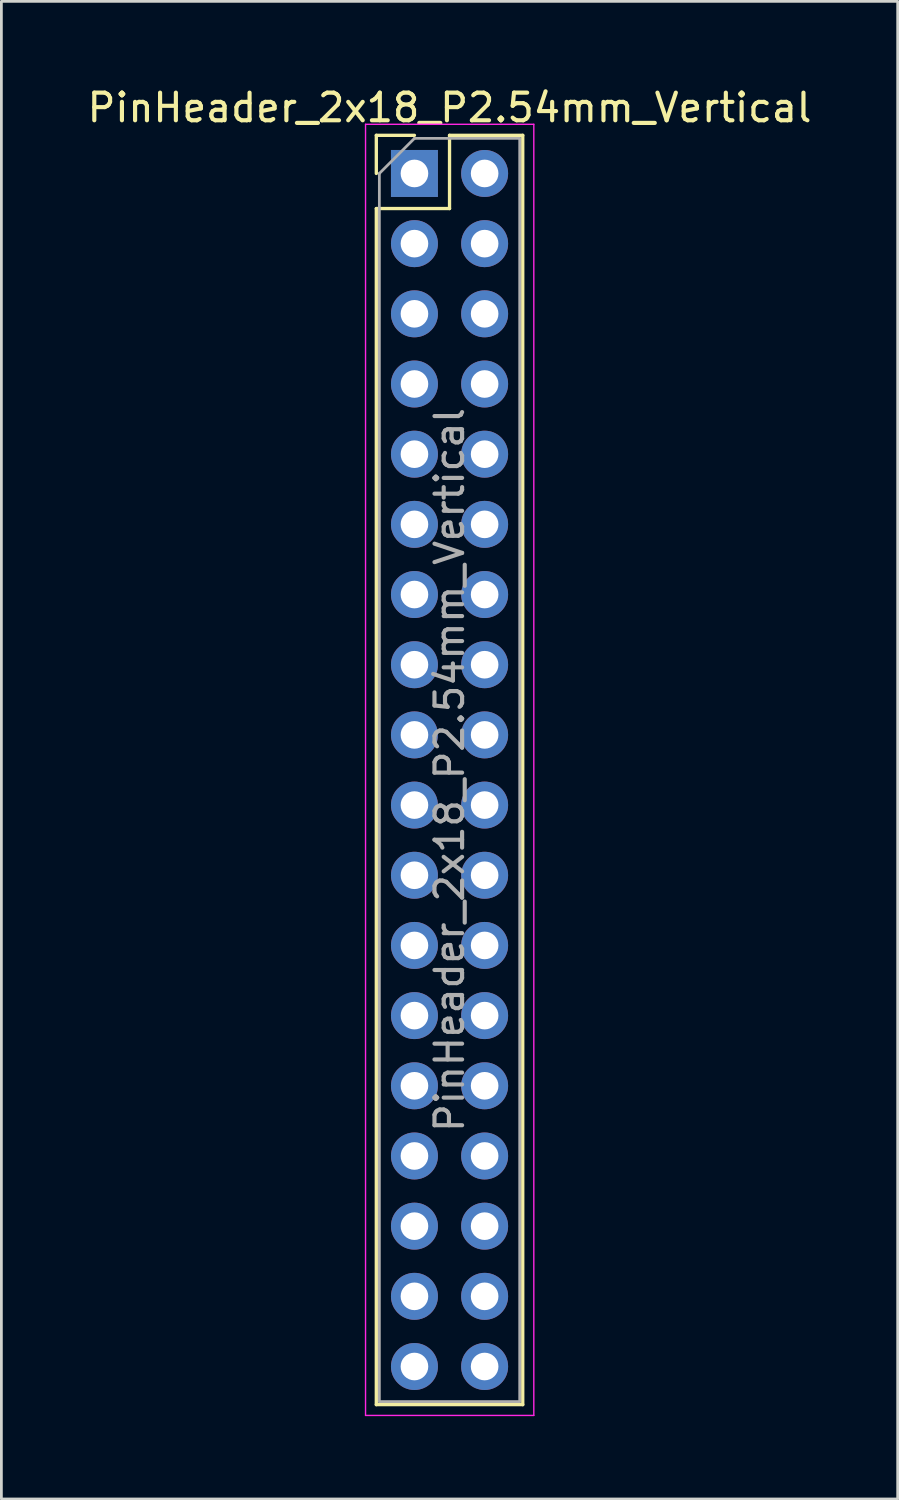
<source format=kicad_pcb>
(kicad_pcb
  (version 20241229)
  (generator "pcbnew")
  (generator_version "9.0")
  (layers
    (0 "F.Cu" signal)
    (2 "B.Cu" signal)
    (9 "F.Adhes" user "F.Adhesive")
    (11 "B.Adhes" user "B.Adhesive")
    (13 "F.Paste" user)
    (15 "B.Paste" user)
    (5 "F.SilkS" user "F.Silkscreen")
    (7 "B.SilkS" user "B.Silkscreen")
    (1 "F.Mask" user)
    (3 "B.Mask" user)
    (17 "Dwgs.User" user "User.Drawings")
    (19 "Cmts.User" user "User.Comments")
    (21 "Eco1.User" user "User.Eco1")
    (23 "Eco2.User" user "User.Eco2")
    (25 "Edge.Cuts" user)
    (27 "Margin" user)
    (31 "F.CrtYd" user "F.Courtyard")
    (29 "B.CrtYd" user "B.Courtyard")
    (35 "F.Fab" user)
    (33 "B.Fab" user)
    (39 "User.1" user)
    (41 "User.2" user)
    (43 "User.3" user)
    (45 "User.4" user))
  (footprint "PinHeader_2x18_P2.54mm_Vertical"
    (layer "F.Cu")
    (at 11.95 3.228)
    (property "Reference" "PinHeader_2x18_P2.54mm_Vertical" (at 1.27 -2.38 0) (layer "F.SilkS") (effects (font (size 1 1) (thickness 0.15))))
    (attr through_hole)
    (fp_line (start -1.38 -1.38) (end 0 -1.38) (stroke (width 0.12) (type solid)) (layer "F.SilkS"))
    (fp_line (start -1.38 0) (end -1.38 -1.38) (stroke (width 0.12) (type solid)) (layer "F.SilkS"))
    (fp_line (start -1.38 1.27) (end -1.38 44.56) (stroke (width 0.12) (type solid)) (layer "F.SilkS"))
    (fp_line (start -1.38 1.27) (end 1.27 1.27) (stroke (width 0.12) (type solid)) (layer "F.SilkS"))
    (fp_line (start -1.38 44.56) (end 3.92 44.56) (stroke (width 0.12) (type solid)) (layer "F.SilkS"))
    (fp_line (start 1.27 -1.38) (end 3.92 -1.38) (stroke (width 0.12) (type solid)) (layer "F.SilkS"))
    (fp_line (start 1.27 1.27) (end 1.27 -1.38) (stroke (width 0.12) (type solid)) (layer "F.SilkS"))
    (fp_line (start 3.92 -1.38) (end 3.92 44.56) (stroke (width 0.12) (type solid)) (layer "F.SilkS"))
    (fp_line (start -1.77 -1.78) (end -1.77 44.95) (stroke (width 0.05) (type solid)) (layer "F.CrtYd"))
    (fp_line (start -1.77 44.95) (end 4.32 44.95) (stroke (width 0.05) (type solid)) (layer "F.CrtYd"))
    (fp_line (start 4.32 -1.78) (end -1.77 -1.78) (stroke (width 0.05) (type solid)) (layer "F.CrtYd"))
    (fp_line (start 4.32 44.95) (end 4.32 -1.78) (stroke (width 0.05) (type solid)) (layer "F.CrtYd"))
    (fp_line (start -1.27 0) (end 0 -1.27) (stroke (width 0.1) (type solid)) (layer "F.Fab"))
    (fp_line (start -1.27 44.45) (end -1.27 0) (stroke (width 0.1) (type solid)) (layer "F.Fab"))
    (fp_line (start 0 -1.27) (end 3.81 -1.27) (stroke (width 0.1) (type solid)) (layer "F.Fab"))
    (fp_line (start 3.81 -1.27) (end 3.81 44.45) (stroke (width 0.1) (type solid)) (layer "F.Fab"))
    (fp_line (start 3.81 44.45) (end -1.27 44.45) (stroke (width 0.1) (type solid)) (layer "F.Fab"))
    (fp_text user "${REFERENCE}" (at 1.27 21.59 90) (layer "F.Fab") (effects (font (size 1 1) (thickness 0.15))))
    (pad "1" thru_hole rect (at 0 0) (size 1.7 1.7) (drill 1) (layers "*.Cu" "*.Mask"))
    (pad "2" thru_hole circle (at 2.54 0) (size 1.7 1.7) (drill 1) (layers "*.Cu" "*.Mask"))
    (pad "3" thru_hole circle (at 0 2.54) (size 1.7 1.7) (drill 1) (layers "*.Cu" "*.Mask"))
    (pad "4" thru_hole circle (at 2.54 2.54) (size 1.7 1.7) (drill 1) (layers "*.Cu" "*.Mask"))
    (pad "5" thru_hole circle (at 0 5.08) (size 1.7 1.7) (drill 1) (layers "*.Cu" "*.Mask"))
    (pad "6" thru_hole circle (at 2.54 5.08) (size 1.7 1.7) (drill 1) (layers "*.Cu" "*.Mask"))
    (pad "7" thru_hole circle (at 0 7.62) (size 1.7 1.7) (drill 1) (layers "*.Cu" "*.Mask"))
    (pad "8" thru_hole circle (at 2.54 7.62) (size 1.7 1.7) (drill 1) (layers "*.Cu" "*.Mask"))
    (pad "9" thru_hole circle (at 0 10.16) (size 1.7 1.7) (drill 1) (layers "*.Cu" "*.Mask"))
    (pad "10" thru_hole circle (at 2.54 10.16) (size 1.7 1.7) (drill 1) (layers "*.Cu" "*.Mask"))
    (pad "11" thru_hole circle (at 0 12.7) (size 1.7 1.7) (drill 1) (layers "*.Cu" "*.Mask"))
    (pad "12" thru_hole circle (at 2.54 12.7) (size 1.7 1.7) (drill 1) (layers "*.Cu" "*.Mask"))
    (pad "13" thru_hole circle (at 0 15.24) (size 1.7 1.7) (drill 1) (layers "*.Cu" "*.Mask"))
    (pad "14" thru_hole circle (at 2.54 15.24) (size 1.7 1.7) (drill 1) (layers "*.Cu" "*.Mask"))
    (pad "15" thru_hole circle (at 0 17.78) (size 1.7 1.7) (drill 1) (layers "*.Cu" "*.Mask"))
    (pad "16" thru_hole circle (at 2.54 17.78) (size 1.7 1.7) (drill 1) (layers "*.Cu" "*.Mask"))
    (pad "17" thru_hole circle (at 0 20.32) (size 1.7 1.7) (drill 1) (layers "*.Cu" "*.Mask"))
    (pad "18" thru_hole circle (at 2.54 20.32) (size 1.7 1.7) (drill 1) (layers "*.Cu" "*.Mask"))
    (pad "19" thru_hole circle (at 0 22.86) (size 1.7 1.7) (drill 1) (layers "*.Cu" "*.Mask"))
    (pad "20" thru_hole circle (at 2.54 22.86) (size 1.7 1.7) (drill 1) (layers "*.Cu" "*.Mask"))
    (pad "21" thru_hole circle (at 0 25.4) (size 1.7 1.7) (drill 1) (layers "*.Cu" "*.Mask"))
    (pad "22" thru_hole circle (at 2.54 25.4) (size 1.7 1.7) (drill 1) (layers "*.Cu" "*.Mask"))
    (pad "23" thru_hole circle (at 0 27.94) (size 1.7 1.7) (drill 1) (layers "*.Cu" "*.Mask"))
    (pad "24" thru_hole circle (at 2.54 27.94) (size 1.7 1.7) (drill 1) (layers "*.Cu" "*.Mask"))
    (pad "25" thru_hole circle (at 0 30.48) (size 1.7 1.7) (drill 1) (layers "*.Cu" "*.Mask"))
    (pad "26" thru_hole circle (at 2.54 30.48) (size 1.7 1.7) (drill 1) (layers "*.Cu" "*.Mask"))
    (pad "27" thru_hole circle (at 0 33.02) (size 1.7 1.7) (drill 1) (layers "*.Cu" "*.Mask"))
    (pad "28" thru_hole circle (at 2.54 33.02) (size 1.7 1.7) (drill 1) (layers "*.Cu" "*.Mask"))
    (pad "29" thru_hole circle (at 0 35.56) (size 1.7 1.7) (drill 1) (layers "*.Cu" "*.Mask"))
    (pad "30" thru_hole circle (at 2.54 35.56) (size 1.7 1.7) (drill 1) (layers "*.Cu" "*.Mask"))
    (pad "31" thru_hole circle (at 0 38.1) (size 1.7 1.7) (drill 1) (layers "*.Cu" "*.Mask"))
    (pad "32" thru_hole circle (at 2.54 38.1) (size 1.7 1.7) (drill 1) (layers "*.Cu" "*.Mask"))
    (pad "33" thru_hole circle (at 0 40.64) (size 1.7 1.7) (drill 1) (layers "*.Cu" "*.Mask"))
    (pad "34" thru_hole circle (at 2.54 40.64) (size 1.7 1.7) (drill 1) (layers "*.Cu" "*.Mask"))
    (pad "35" thru_hole circle (at 0 43.18) (size 1.7 1.7) (drill 1) (layers "*.Cu" "*.Mask"))
    (pad "36" thru_hole circle (at 2.54 43.18) (size 1.7 1.7) (drill 1) (layers "*.Cu" "*.Mask")))
  (gr_rect
    (start -3 -3)
    (end 29.44 51.203)
    (stroke (width 0.1) (type default))
    (fill no)
    (layer "Edge.Cuts")))
</source>
